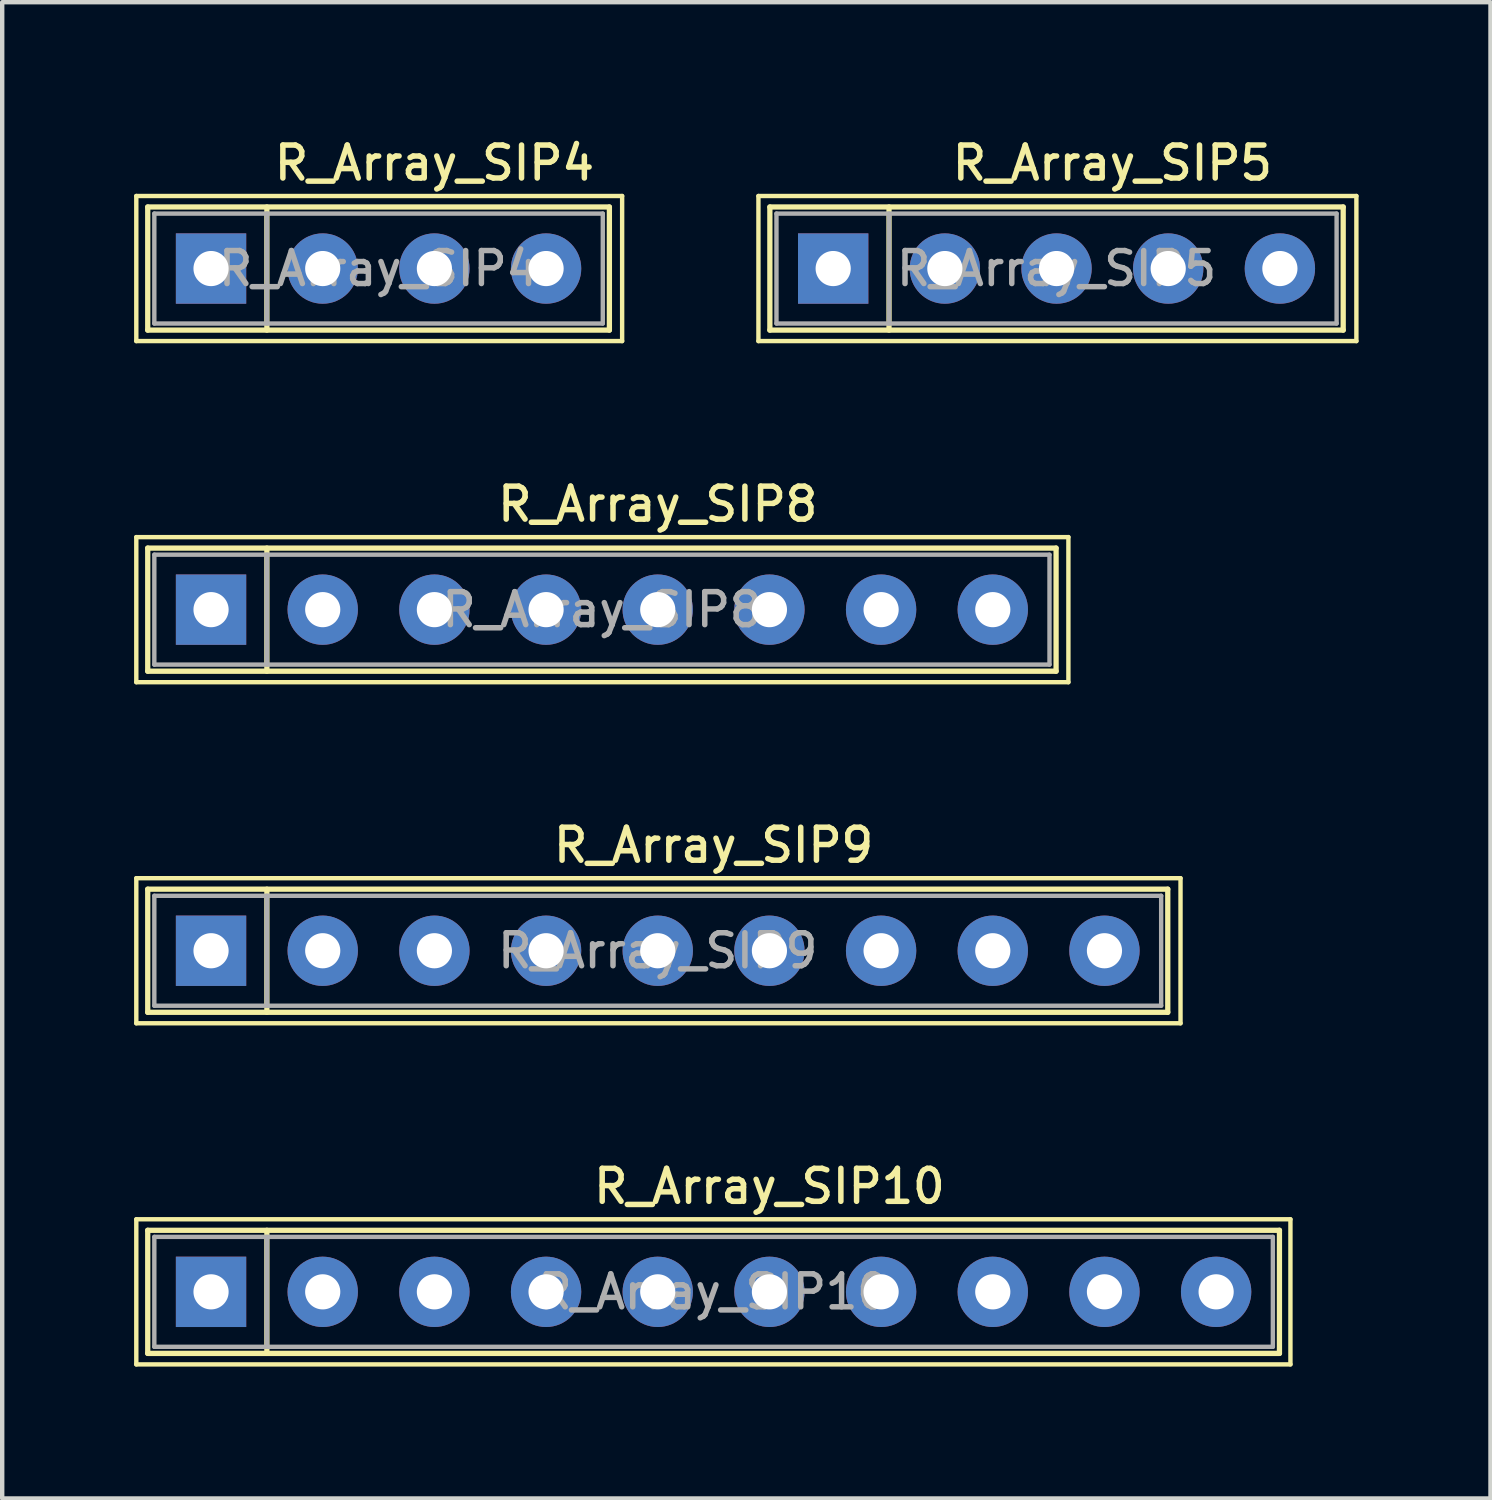
<source format=kicad_pcb>
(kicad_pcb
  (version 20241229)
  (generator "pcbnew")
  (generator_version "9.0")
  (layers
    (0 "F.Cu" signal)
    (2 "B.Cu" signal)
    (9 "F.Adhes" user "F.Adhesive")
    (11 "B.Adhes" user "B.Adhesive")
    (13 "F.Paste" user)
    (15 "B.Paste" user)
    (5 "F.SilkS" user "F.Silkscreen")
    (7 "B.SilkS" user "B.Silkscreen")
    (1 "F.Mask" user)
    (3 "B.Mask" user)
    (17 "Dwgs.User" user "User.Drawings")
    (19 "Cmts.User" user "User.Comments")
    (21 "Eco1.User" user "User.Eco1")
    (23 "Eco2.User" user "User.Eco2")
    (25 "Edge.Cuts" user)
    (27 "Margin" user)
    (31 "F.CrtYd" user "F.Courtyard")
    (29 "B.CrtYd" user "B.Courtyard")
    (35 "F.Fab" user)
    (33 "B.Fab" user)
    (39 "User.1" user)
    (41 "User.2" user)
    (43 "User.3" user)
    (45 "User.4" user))
  (footprint "R_Array_SIP9"
    (layer "F.Cu")
    (at 1.75 18.574)
    (property "Reference" "R_Array_SIP9" (at 11.43 -2.4 0) (layer "F.SilkS") (effects (font (size 0.75 0.75) (thickness 0.125))))
    (attr through_hole)
    (fp_line (start -1.7 -1.65) (end -1.7 1.65) (stroke (width 0.1) (type solid)) (layer "F.SilkS"))
    (fp_line (start -1.7 1.65) (end 22.05 1.65) (stroke (width 0.1) (type solid)) (layer "F.SilkS"))
    (fp_line (start -1.44 -1.4) (end -1.44 1.4) (stroke (width 0.12) (type solid)) (layer "F.SilkS"))
    (fp_line (start -1.44 1.4) (end 21.76 1.4) (stroke (width 0.12) (type solid)) (layer "F.SilkS"))
    (fp_line (start 1.27 -1.4) (end 1.27 1.4) (stroke (width 0.12) (type solid)) (layer "F.SilkS"))
    (fp_line (start 21.76 -1.4) (end -1.44 -1.4) (stroke (width 0.12) (type solid)) (layer "F.SilkS"))
    (fp_line (start 21.76 1.4) (end 21.76 -1.4) (stroke (width 0.12) (type solid)) (layer "F.SilkS"))
    (fp_line (start 22.05 -1.65) (end -1.7 -1.65) (stroke (width 0.1) (type solid)) (layer "F.SilkS"))
    (fp_line (start 22.05 1.65) (end 22.05 -1.65) (stroke (width 0.1) (type solid)) (layer "F.SilkS"))
    (fp_line (start -1.29 -1.25) (end -1.29 1.25) (stroke (width 0.1) (type solid)) (layer "F.Fab"))
    (fp_line (start -1.29 1.25) (end 21.61 1.25) (stroke (width 0.1) (type solid)) (layer "F.Fab"))
    (fp_line (start 1.27 -1.25) (end 1.27 1.25) (stroke (width 0.1) (type solid)) (layer "F.Fab"))
    (fp_line (start 21.61 -1.25) (end -1.29 -1.25) (stroke (width 0.1) (type solid)) (layer "F.Fab"))
    (fp_line (start 21.61 1.25) (end 21.61 -1.25) (stroke (width 0.1) (type solid)) (layer "F.Fab"))
    (fp_text user "${REFERENCE}" (at 10.16 0 0) (layer "F.Fab") (effects (font (size 0.75 0.75) (thickness 0.125))))
    (pad "1" thru_hole rect (at 0 0) (size 1.6 1.6) (drill 0.8) (layers "*.Cu" "*.Mask"))
    (pad "2" thru_hole oval (at 2.54 0) (size 1.6 1.6) (drill 0.8) (layers "*.Cu" "*.Mask"))
    (pad "3" thru_hole oval (at 5.08 0) (size 1.6 1.6) (drill 0.8) (layers "*.Cu" "*.Mask"))
    (pad "4" thru_hole oval (at 7.62 0) (size 1.6 1.6) (drill 0.8) (layers "*.Cu" "*.Mask"))
    (pad "5" thru_hole oval (at 10.16 0) (size 1.6 1.6) (drill 0.8) (layers "*.Cu" "*.Mask"))
    (pad "6" thru_hole oval (at 12.7 0) (size 1.6 1.6) (drill 0.8) (layers "*.Cu" "*.Mask"))
    (pad "7" thru_hole oval (at 15.24 0) (size 1.6 1.6) (drill 0.8) (layers "*.Cu" "*.Mask"))
    (pad "8" thru_hole oval (at 17.78 0) (size 1.6 1.6) (drill 0.8) (layers "*.Cu" "*.Mask"))
    (pad "9" thru_hole oval (at 20.32 0) (size 1.6 1.6) (drill 0.8) (layers "*.Cu" "*.Mask")))
  (footprint "R_Array_SIP8"
    (layer "F.Cu")
    (at 1.75 10.816)
    (property "Reference" "R_Array_SIP8" (at 10.16 -2.4 0) (layer "F.SilkS") (effects (font (size 0.75 0.75) (thickness 0.125))))
    (attr through_hole)
    (fp_line (start -1.7 -1.65) (end -1.7 1.65) (stroke (width 0.1) (type solid)) (layer "F.SilkS"))
    (fp_line (start -1.7 1.65) (end 19.5 1.65) (stroke (width 0.1) (type solid)) (layer "F.SilkS"))
    (fp_line (start -1.44 -1.4) (end -1.44 1.4) (stroke (width 0.12) (type solid)) (layer "F.SilkS"))
    (fp_line (start -1.44 1.4) (end 19.22 1.4) (stroke (width 0.12) (type solid)) (layer "F.SilkS"))
    (fp_line (start 1.27 -1.4) (end 1.27 1.4) (stroke (width 0.12) (type solid)) (layer "F.SilkS"))
    (fp_line (start 19.22 -1.4) (end -1.44 -1.4) (stroke (width 0.12) (type solid)) (layer "F.SilkS"))
    (fp_line (start 19.22 1.4) (end 19.22 -1.4) (stroke (width 0.12) (type solid)) (layer "F.SilkS"))
    (fp_line (start 19.5 -1.65) (end -1.7 -1.65) (stroke (width 0.1) (type solid)) (layer "F.SilkS"))
    (fp_line (start 19.5 1.65) (end 19.5 -1.65) (stroke (width 0.1) (type solid)) (layer "F.SilkS"))
    (fp_line (start -1.29 -1.25) (end -1.29 1.25) (stroke (width 0.1) (type solid)) (layer "F.Fab"))
    (fp_line (start -1.29 1.25) (end 19.07 1.25) (stroke (width 0.1) (type solid)) (layer "F.Fab"))
    (fp_line (start 1.27 -1.25) (end 1.27 1.25) (stroke (width 0.1) (type solid)) (layer "F.Fab"))
    (fp_line (start 19.07 -1.25) (end -1.29 -1.25) (stroke (width 0.1) (type solid)) (layer "F.Fab"))
    (fp_line (start 19.07 1.25) (end 19.07 -1.25) (stroke (width 0.1) (type solid)) (layer "F.Fab"))
    (fp_text user "${REFERENCE}" (at 8.89 0 0) (layer "F.Fab") (effects (font (size 0.75 0.75) (thickness 0.125))))
    (pad "1" thru_hole rect (at 0 0) (size 1.6 1.6) (drill 0.8) (layers "*.Cu" "*.Mask"))
    (pad "2" thru_hole oval (at 2.54 0) (size 1.6 1.6) (drill 0.8) (layers "*.Cu" "*.Mask"))
    (pad "3" thru_hole oval (at 5.08 0) (size 1.6 1.6) (drill 0.8) (layers "*.Cu" "*.Mask"))
    (pad "4" thru_hole oval (at 7.62 0) (size 1.6 1.6) (drill 0.8) (layers "*.Cu" "*.Mask"))
    (pad "5" thru_hole oval (at 10.16 0) (size 1.6 1.6) (drill 0.8) (layers "*.Cu" "*.Mask"))
    (pad "6" thru_hole oval (at 12.7 0) (size 1.6 1.6) (drill 0.8) (layers "*.Cu" "*.Mask"))
    (pad "7" thru_hole oval (at 15.24 0) (size 1.6 1.6) (drill 0.8) (layers "*.Cu" "*.Mask"))
    (pad "8" thru_hole oval (at 17.78 0) (size 1.6 1.6) (drill 0.8) (layers "*.Cu" "*.Mask")))
  (footprint "R_Array_SIP4"
    (layer "F.Cu")
    (at 1.75 3.058)
    (property "Reference" "R_Array_SIP4" (at 5.08 -2.4 0) (layer "F.SilkS") (effects (font (size 0.75 0.75) (thickness 0.125))))
    (attr through_hole)
    (fp_line (start -1.7 -1.65) (end -1.7 1.65) (stroke (width 0.1) (type solid)) (layer "F.SilkS"))
    (fp_line (start -1.7 1.65) (end 9.35 1.65) (stroke (width 0.1) (type solid)) (layer "F.SilkS"))
    (fp_line (start -1.44 -1.4) (end -1.44 1.4) (stroke (width 0.12) (type solid)) (layer "F.SilkS"))
    (fp_line (start -1.44 1.4) (end 9.06 1.4) (stroke (width 0.12) (type solid)) (layer "F.SilkS"))
    (fp_line (start 1.27 -1.4) (end 1.27 1.4) (stroke (width 0.12) (type solid)) (layer "F.SilkS"))
    (fp_line (start 9.06 -1.4) (end -1.44 -1.4) (stroke (width 0.12) (type solid)) (layer "F.SilkS"))
    (fp_line (start 9.06 1.4) (end 9.06 -1.4) (stroke (width 0.12) (type solid)) (layer "F.SilkS"))
    (fp_line (start 9.35 -1.65) (end -1.7 -1.65) (stroke (width 0.1) (type solid)) (layer "F.SilkS"))
    (fp_line (start 9.35 1.65) (end 9.35 -1.65) (stroke (width 0.1) (type solid)) (layer "F.SilkS"))
    (fp_line (start -1.29 -1.25) (end -1.29 1.25) (stroke (width 0.1) (type solid)) (layer "F.Fab"))
    (fp_line (start -1.29 1.25) (end 8.91 1.25) (stroke (width 0.1) (type solid)) (layer "F.Fab"))
    (fp_line (start 1.27 -1.25) (end 1.27 1.25) (stroke (width 0.1) (type solid)) (layer "F.Fab"))
    (fp_line (start 8.91 -1.25) (end -1.29 -1.25) (stroke (width 0.1) (type solid)) (layer "F.Fab"))
    (fp_line (start 8.91 1.25) (end 8.91 -1.25) (stroke (width 0.1) (type solid)) (layer "F.Fab"))
    (fp_text user "${REFERENCE}" (at 3.81 0 0) (layer "F.Fab") (effects (font (size 0.75 0.75) (thickness 0.125))))
    (pad "1" thru_hole rect (at 0 0) (size 1.6 1.6) (drill 0.8) (layers "*.Cu" "*.Mask"))
    (pad "2" thru_hole oval (at 2.54 0) (size 1.6 1.6) (drill 0.8) (layers "*.Cu" "*.Mask"))
    (pad "3" thru_hole oval (at 5.08 0) (size 1.6 1.6) (drill 0.8) (layers "*.Cu" "*.Mask"))
    (pad "4" thru_hole oval (at 7.62 0) (size 1.6 1.6) (drill 0.8) (layers "*.Cu" "*.Mask")))
  (footprint "R_Array_SIP10"
    (layer "F.Cu")
    (at 1.75 26.332)
    (property "Reference" "R_Array_SIP10" (at 12.7 -2.4 0) (layer "F.SilkS") (effects (font (size 0.75 0.75) (thickness 0.125))))
    (attr through_hole)
    (fp_line (start -1.7 -1.65) (end -1.7 1.65) (stroke (width 0.1) (type solid)) (layer "F.SilkS"))
    (fp_line (start -1.7 1.65) (end 24.55 1.65) (stroke (width 0.1) (type solid)) (layer "F.SilkS"))
    (fp_line (start -1.44 -1.4) (end -1.44 1.4) (stroke (width 0.12) (type solid)) (layer "F.SilkS"))
    (fp_line (start -1.44 1.4) (end 24.3 1.4) (stroke (width 0.12) (type solid)) (layer "F.SilkS"))
    (fp_line (start 1.27 -1.4) (end 1.27 1.4) (stroke (width 0.12) (type solid)) (layer "F.SilkS"))
    (fp_line (start 24.3 -1.4) (end -1.44 -1.4) (stroke (width 0.12) (type solid)) (layer "F.SilkS"))
    (fp_line (start 24.3 1.4) (end 24.3 -1.4) (stroke (width 0.12) (type solid)) (layer "F.SilkS"))
    (fp_line (start 24.55 -1.65) (end -1.7 -1.65) (stroke (width 0.1) (type solid)) (layer "F.SilkS"))
    (fp_line (start 24.55 1.65) (end 24.55 -1.65) (stroke (width 0.1) (type solid)) (layer "F.SilkS"))
    (fp_line (start -1.29 -1.25) (end -1.29 1.25) (stroke (width 0.1) (type solid)) (layer "F.Fab"))
    (fp_line (start -1.29 1.25) (end 24.15 1.25) (stroke (width 0.1) (type solid)) (layer "F.Fab"))
    (fp_line (start 1.27 -1.25) (end 1.27 1.25) (stroke (width 0.1) (type solid)) (layer "F.Fab"))
    (fp_line (start 24.15 -1.25) (end -1.29 -1.25) (stroke (width 0.1) (type solid)) (layer "F.Fab"))
    (fp_line (start 24.15 1.25) (end 24.15 -1.25) (stroke (width 0.1) (type solid)) (layer "F.Fab"))
    (fp_text user "${REFERENCE}" (at 11.43 0 0) (layer "F.Fab") (effects (font (size 0.75 0.75) (thickness 0.125))))
    (pad "1" thru_hole rect (at 0 0) (size 1.6 1.6) (drill 0.8) (layers "*.Cu" "*.Mask"))
    (pad "2" thru_hole oval (at 2.54 0) (size 1.6 1.6) (drill 0.8) (layers "*.Cu" "*.Mask"))
    (pad "3" thru_hole oval (at 5.08 0) (size 1.6 1.6) (drill 0.8) (layers "*.Cu" "*.Mask"))
    (pad "4" thru_hole oval (at 7.62 0) (size 1.6 1.6) (drill 0.8) (layers "*.Cu" "*.Mask"))
    (pad "5" thru_hole oval (at 10.16 0) (size 1.6 1.6) (drill 0.8) (layers "*.Cu" "*.Mask"))
    (pad "6" thru_hole oval (at 12.7 0) (size 1.6 1.6) (drill 0.8) (layers "*.Cu" "*.Mask"))
    (pad "7" thru_hole oval (at 15.24 0) (size 1.6 1.6) (drill 0.8) (layers "*.Cu" "*.Mask"))
    (pad "8" thru_hole oval (at 17.78 0) (size 1.6 1.6) (drill 0.8) (layers "*.Cu" "*.Mask"))
    (pad "9" thru_hole oval (at 20.32 0) (size 1.6 1.6) (drill 0.8) (layers "*.Cu" "*.Mask"))
    (pad "10" thru_hole oval (at 22.86 0) (size 1.6 1.6) (drill 0.8) (layers "*.Cu" "*.Mask")))
  (footprint "R_Array_SIP5"
    (layer "F.Cu")
    (at 15.9 3.058)
    (property "Reference" "R_Array_SIP5" (at 6.35 -2.4 0) (layer "F.SilkS") (effects (font (size 0.75 0.75) (thickness 0.125))))
    (attr through_hole)
    (fp_line (start -1.7 -1.65) (end -1.7 1.65) (stroke (width 0.1) (type solid)) (layer "F.SilkS"))
    (fp_line (start -1.7 1.65) (end 11.9 1.65) (stroke (width 0.1) (type solid)) (layer "F.SilkS"))
    (fp_line (start -1.44 -1.4) (end -1.44 1.4) (stroke (width 0.12) (type solid)) (layer "F.SilkS"))
    (fp_line (start -1.44 1.4) (end 11.6 1.4) (stroke (width 0.12) (type solid)) (layer "F.SilkS"))
    (fp_line (start 1.27 -1.4) (end 1.27 1.4) (stroke (width 0.12) (type solid)) (layer "F.SilkS"))
    (fp_line (start 11.6 -1.4) (end -1.44 -1.4) (stroke (width 0.12) (type solid)) (layer "F.SilkS"))
    (fp_line (start 11.6 1.4) (end 11.6 -1.4) (stroke (width 0.12) (type solid)) (layer "F.SilkS"))
    (fp_line (start 11.9 -1.65) (end -1.7 -1.65) (stroke (width 0.1) (type solid)) (layer "F.SilkS"))
    (fp_line (start 11.9 1.65) (end 11.9 -1.65) (stroke (width 0.1) (type solid)) (layer "F.SilkS"))
    (fp_line (start -1.29 -1.25) (end -1.29 1.25) (stroke (width 0.1) (type solid)) (layer "F.Fab"))
    (fp_line (start -1.29 1.25) (end 11.45 1.25) (stroke (width 0.1) (type solid)) (layer "F.Fab"))
    (fp_line (start 1.27 -1.25) (end 1.27 1.25) (stroke (width 0.1) (type solid)) (layer "F.Fab"))
    (fp_line (start 11.45 -1.25) (end -1.29 -1.25) (stroke (width 0.1) (type solid)) (layer "F.Fab"))
    (fp_line (start 11.45 1.25) (end 11.45 -1.25) (stroke (width 0.1) (type solid)) (layer "F.Fab"))
    (fp_text user "${REFERENCE}" (at 5.08 0 0) (layer "F.Fab") (effects (font (size 0.75 0.75) (thickness 0.125))))
    (pad "1" thru_hole rect (at 0 0) (size 1.6 1.6) (drill 0.8) (layers "*.Cu" "*.Mask"))
    (pad "2" thru_hole oval (at 2.54 0) (size 1.6 1.6) (drill 0.8) (layers "*.Cu" "*.Mask"))
    (pad "3" thru_hole oval (at 5.08 0) (size 1.6 1.6) (drill 0.8) (layers "*.Cu" "*.Mask"))
    (pad "4" thru_hole oval (at 7.62 0) (size 1.6 1.6) (drill 0.8) (layers "*.Cu" "*.Mask"))
    (pad "5" thru_hole oval (at 10.16 0) (size 1.6 1.6) (drill 0.8) (layers "*.Cu" "*.Mask")))
  (gr_rect
    (start -3 -3)
    (end 30.85 31.032)
    (stroke (width 0.1) (type default))
    (fill no)
    (layer "Edge.Cuts")))
</source>
